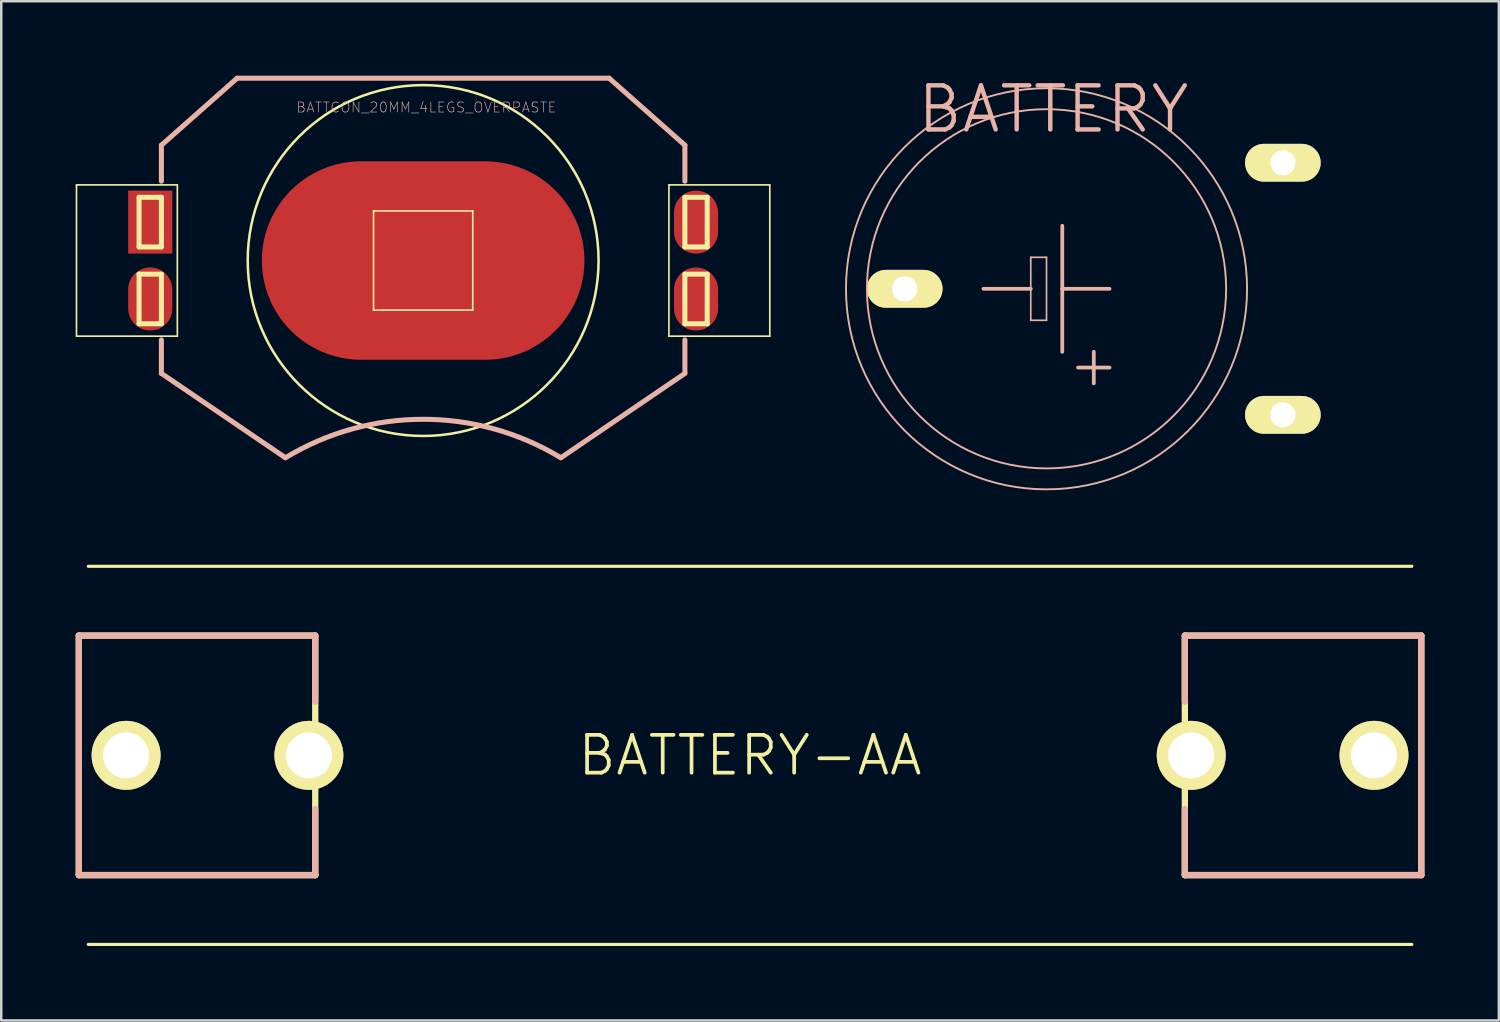
<source format=kicad_pcb>
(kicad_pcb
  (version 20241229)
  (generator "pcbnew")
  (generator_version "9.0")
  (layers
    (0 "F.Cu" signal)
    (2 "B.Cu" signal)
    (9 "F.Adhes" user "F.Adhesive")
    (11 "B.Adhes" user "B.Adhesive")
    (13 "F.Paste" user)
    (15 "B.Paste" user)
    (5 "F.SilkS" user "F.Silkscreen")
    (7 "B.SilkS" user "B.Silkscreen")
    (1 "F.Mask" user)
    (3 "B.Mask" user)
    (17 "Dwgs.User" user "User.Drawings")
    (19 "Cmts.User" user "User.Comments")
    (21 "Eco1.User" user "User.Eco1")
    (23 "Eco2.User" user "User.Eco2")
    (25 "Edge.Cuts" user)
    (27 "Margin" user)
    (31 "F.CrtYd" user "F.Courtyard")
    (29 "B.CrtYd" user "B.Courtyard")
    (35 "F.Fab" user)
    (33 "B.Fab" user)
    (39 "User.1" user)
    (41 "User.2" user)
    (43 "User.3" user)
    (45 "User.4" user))
  (footprint "BATTERY-AA"
    (layer "F.Cu")
    (at 27.178 27.392)
    (property "Reference" "BATTERY-AA" (at 0 0 0) (layer "F.SilkS") (effects (font (size 1.524 1.524) (thickness 0.15))))
    (attr exclude_from_pos_files exclude_from_bom)
    (fp_line (start -27.051 -4.826) (end -17.523 -4.826) (stroke (width 0.254) (type solid)) (layer "F.SilkS"))
    (fp_line (start -27.051 4.826) (end -27.051 -4.826) (stroke (width 0.254) (type solid)) (layer "F.SilkS"))
    (fp_line (start -26.67 -7.62) (end 26.67 -7.62) (stroke (width 0.127) (type solid)) (layer "F.SilkS"))
    (fp_line (start -17.523 -4.826) (end -17.523 4.826) (stroke (width 0.254) (type solid)) (layer "F.SilkS"))
    (fp_line (start -17.523 4.826) (end -27.051 4.826) (stroke (width 0.254) (type solid)) (layer "F.SilkS"))
    (fp_line (start 17.523 -4.826) (end 27.051 -4.826) (stroke (width 0.254) (type solid)) (layer "F.SilkS"))
    (fp_line (start 17.523 4.826) (end 17.523 -4.826) (stroke (width 0.254) (type solid)) (layer "F.SilkS"))
    (fp_line (start 26.67 7.62) (end -26.67 7.62) (stroke (width 0.127) (type solid)) (layer "F.SilkS"))
    (fp_line (start 27.051 -4.826) (end 27.051 4.826) (stroke (width 0.254) (type solid)) (layer "F.SilkS"))
    (fp_line (start 27.051 4.826) (end 17.523 4.826) (stroke (width 0.254) (type solid)) (layer "F.SilkS"))
    (fp_line (start -27.051 -4.826) (end -17.523 -4.826) (stroke (width 0.254) (type solid)) (layer "B.SilkS"))
    (fp_line (start -27.051 4.826) (end -27.051 -4.826) (stroke (width 0.254) (type solid)) (layer "B.SilkS"))
    (fp_line (start -17.523 -4.826) (end -17.523 -2.159) (stroke (width 0.254) (type solid)) (layer "B.SilkS"))
    (fp_line (start -17.523 2.159) (end -17.523 4.826) (stroke (width 0.254) (type solid)) (layer "B.SilkS"))
    (fp_line (start -17.523 4.826) (end -27.051 4.826) (stroke (width 0.254) (type solid)) (layer "B.SilkS"))
    (fp_line (start 17.523 -4.826) (end 17.523 -2.159) (stroke (width 0.254) (type solid)) (layer "B.SilkS"))
    (fp_line (start 17.523 2.159) (end 17.523 4.826) (stroke (width 0.254) (type solid)) (layer "B.SilkS"))
    (fp_line (start 17.523 4.826) (end 27.051 4.826) (stroke (width 0.254) (type solid)) (layer "B.SilkS"))
    (fp_line (start 27.051 -4.826) (end 17.523 -4.826) (stroke (width 0.254) (type solid)) (layer "B.SilkS"))
    (fp_line (start 27.051 4.826) (end 27.051 -4.826) (stroke (width 0.254) (type solid)) (layer "B.SilkS"))
    (pad "GND@" thru_hole circle (at 17.78 0) (size 2.781 2.781) (drill 1.854) (layers "*.Cu" "F.Mask" "F.SilkS" "F.Paste"))
    (pad "GND@" thru_hole circle (at 25.146 0) (size 2.781 2.781) (drill 1.854) (layers "*.Cu" "F.Mask" "F.SilkS" "F.Paste"))
    (pad "PWR@" thru_hole circle (at -25.146 0) (size 2.781 2.781) (drill 1.854) (layers "*.Cu" "F.Mask" "F.SilkS" "F.Paste"))
    (pad "PWR@" thru_hole circle (at -17.78 0) (size 2.781 2.781) (drill 1.854) (layers "*.Cu" "F.Mask" "F.SilkS" "F.Paste")))
  (footprint "BATTERY"
    (layer "F.Cu")
    (at 39.126 8.589)
    (property "Reference" "BATTERY" (at 0.279 -7.236 0) (layer "B.SilkS") (effects (font (size 1.778 1.778) (thickness 0.178))))
    (attr exclude_from_pos_files exclude_from_bom)
    (fp_line (start -2.54 0) (end -0.635 0) (stroke (width 0.152) (type solid)) (layer "B.SilkS"))
    (fp_line (start -0.635 -1.27) (end 0 -1.27) (stroke (width 0.066) (type solid)) (layer "B.SilkS"))
    (fp_line (start -0.635 1.27) (end -0.635 -1.27) (stroke (width 0.066) (type solid)) (layer "B.SilkS"))
    (fp_line (start -0.635 1.27) (end 0 1.27) (stroke (width 0.066) (type solid)) (layer "B.SilkS"))
    (fp_line (start 0 1.27) (end 0 -1.27) (stroke (width 0.066) (type solid)) (layer "B.SilkS"))
    (fp_line (start 0.635 -2.54) (end 0.635 0) (stroke (width 0.152) (type solid)) (layer "B.SilkS"))
    (fp_line (start 0.635 0) (end 0.635 2.54) (stroke (width 0.152) (type solid)) (layer "B.SilkS"))
    (fp_line (start 0.635 0) (end 2.54 0) (stroke (width 0.152) (type solid)) (layer "B.SilkS"))
    (fp_line (start 1.27 3.175) (end 2.54 3.175) (stroke (width 0.152) (type solid)) (layer "B.SilkS"))
    (fp_line (start 1.905 2.54) (end 1.905 3.81) (stroke (width 0.152) (type solid)) (layer "B.SilkS"))
    (fp_circle (center 0 0) (end -5.715 5.715) (stroke (width 0.076) (type solid)) (fill no) (layer "B.SilkS"))
    (fp_circle (center 0 0) (end -5.118 5.118) (stroke (width 0.076) (type solid)) (fill no) (layer "B.SilkS"))
    (pad "+" thru_hole oval (at 9.525 5.08 90) (size 1.524 3.048) (drill 1.016) (layers "*.Cu" "F.Mask" "F.SilkS" "F.Paste"))
    (pad "+@1" thru_hole oval (at 9.525 -5.08 90) (size 1.524 3.048) (drill 1.016) (layers "*.Cu" "F.Mask" "F.SilkS" "F.Paste"))
    (pad "-" thru_hole oval (at -5.715 0 90) (size 1.524 3.048) (drill 1.016) (layers "*.Cu" "F.Mask" "F.SilkS" "F.Paste")))
  (footprint "BATTCON_20MM_4LEGS_OVERPASTE"
    (layer "F.Cu")
    (at 14.003 7.45)
    (property "Reference" "BATTCON_20MM_4LEGS_OVERPASTE" (at 0.127 -6.172 0) (layer "B.SilkS") (effects (font (size 0.406 0.406) (thickness 0.025))))
    (attr smd)
    (fp_line (start -13.97 -3.048) (end -9.906 -3.048) (stroke (width 0.066) (type solid)) (layer "F.SilkS"))
    (fp_line (start -13.97 3.048) (end -13.97 -3.048) (stroke (width 0.066) (type solid)) (layer "F.SilkS"))
    (fp_line (start -13.97 3.048) (end -9.906 3.048) (stroke (width 0.066) (type solid)) (layer "F.SilkS"))
    (fp_line (start -11.448 -2.548) (end -10.549 -2.548) (stroke (width 0.203) (type solid)) (layer "F.SilkS"))
    (fp_line (start -11.448 -0.549) (end -11.448 -2.548) (stroke (width 0.203) (type solid)) (layer "F.SilkS"))
    (fp_line (start -11.448 0.549) (end -10.549 0.549) (stroke (width 0.203) (type solid)) (layer "F.SilkS"))
    (fp_line (start -11.448 2.548) (end -11.448 0.549) (stroke (width 0.203) (type solid)) (layer "F.SilkS"))
    (fp_line (start -10.549 -2.548) (end -10.549 -0.549) (stroke (width 0.203) (type solid)) (layer "F.SilkS"))
    (fp_line (start -10.549 -0.549) (end -11.448 -0.549) (stroke (width 0.203) (type solid)) (layer "F.SilkS"))
    (fp_line (start -10.549 0.549) (end -10.549 2.548) (stroke (width 0.203) (type solid)) (layer "F.SilkS"))
    (fp_line (start -10.549 2.548) (end -11.448 2.548) (stroke (width 0.203) (type solid)) (layer "F.SilkS"))
    (fp_line (start -9.906 3.048) (end -9.906 -3.048) (stroke (width 0.066) (type solid)) (layer "F.SilkS"))
    (fp_line (start -1.999 -1.999) (end 1.999 -1.999) (stroke (width 0.066) (type solid)) (layer "F.SilkS"))
    (fp_line (start -1.999 1.999) (end -1.999 -1.999) (stroke (width 0.066) (type solid)) (layer "F.SilkS"))
    (fp_line (start -1.999 1.999) (end 1.999 1.999) (stroke (width 0.066) (type solid)) (layer "F.SilkS"))
    (fp_line (start 1.999 1.999) (end 1.999 -1.999) (stroke (width 0.066) (type solid)) (layer "F.SilkS"))
    (fp_line (start 9.906 -3.048) (end 13.97 -3.048) (stroke (width 0.066) (type solid)) (layer "F.SilkS"))
    (fp_line (start 9.906 3.048) (end 9.906 -3.048) (stroke (width 0.066) (type solid)) (layer "F.SilkS"))
    (fp_line (start 9.906 3.048) (end 13.97 3.048) (stroke (width 0.066) (type solid)) (layer "F.SilkS"))
    (fp_line (start 10.549 -2.548) (end 10.549 -0.549) (stroke (width 0.203) (type solid)) (layer "F.SilkS"))
    (fp_line (start 10.549 -2.548) (end 11.448 -2.548) (stroke (width 0.203) (type solid)) (layer "F.SilkS"))
    (fp_line (start 10.549 0.549) (end 10.549 2.548) (stroke (width 0.203) (type solid)) (layer "F.SilkS"))
    (fp_line (start 10.549 0.549) (end 11.448 0.549) (stroke (width 0.203) (type solid)) (layer "F.SilkS"))
    (fp_line (start 11.448 -2.548) (end 11.448 -0.549) (stroke (width 0.203) (type solid)) (layer "F.SilkS"))
    (fp_line (start 11.448 -0.549) (end 10.549 -0.549) (stroke (width 0.203) (type solid)) (layer "F.SilkS"))
    (fp_line (start 11.448 0.549) (end 11.448 2.548) (stroke (width 0.203) (type solid)) (layer "F.SilkS"))
    (fp_line (start 11.448 2.548) (end 10.549 2.548) (stroke (width 0.203) (type solid)) (layer "F.SilkS"))
    (fp_line (start 13.97 3.048) (end 13.97 -3.048) (stroke (width 0.066) (type solid)) (layer "F.SilkS"))
    (fp_circle (center 0 0) (end -4.999 4.999) (stroke (width 0.102) (type solid)) (fill no) (layer "F.SilkS"))
    (fp_line (start -10.549 -3.198) (end -10.549 -4.648) (stroke (width 0.203) (type solid)) (layer "B.SilkS"))
    (fp_line (start -10.549 4.549) (end -10.549 3.198) (stroke (width 0.203) (type solid)) (layer "B.SilkS"))
    (fp_line (start -7.498 -7.348) (end -10.549 -4.648) (stroke (width 0.203) (type solid)) (layer "B.SilkS"))
    (fp_line (start -7.498 -7.348) (end 7.498 -7.348) (stroke (width 0.203) (type solid)) (layer "B.SilkS"))
    (fp_line (start -5.55 7.948) (end -10.549 4.549) (stroke (width 0.203) (type solid)) (layer "B.SilkS"))
    (fp_line (start 7.498 -7.348) (end 10.549 -4.648) (stroke (width 0.203) (type solid)) (layer "B.SilkS"))
    (fp_line (start 10.549 -4.648) (end 10.549 -3.198) (stroke (width 0.203) (type solid)) (layer "B.SilkS"))
    (fp_line (start 10.549 4.549) (end 5.55 7.948) (stroke (width 0.203) (type solid)) (layer "B.SilkS"))
    (fp_line (start 10.549 4.549) (end 10.549 3.198) (stroke (width 0.203) (type solid)) (layer "B.SilkS"))
    (fp_arc (start -5.5499 7.94766) (mid -0.001137 6.397783) (end 5.547956 7.946482) (stroke (width 0.2032) (type solid)) (layer "B.SilkS"))
    (pad "1" smd rect (at -10.998 -1.549 90) (size 2.54 1.778) (layers "F.Cu" "F.Mask" "F.Paste"))
    (pad "2" smd oval (at 0 0) (size 13 7.998) (layers "F.Cu" "F.Mask" "F.Paste"))
    (pad "3" smd oval (at 10.998 -1.549 90) (size 2.54 1.778) (layers "F.Cu" "F.Mask" "F.Paste"))
    (pad "P$1" smd oval (at -10.998 1.549 90) (size 2.54 1.778) (layers "F.Cu" "F.Mask" "F.Paste"))
    (pad "P$2" smd oval (at 10.998 1.549 90) (size 2.54 1.778) (layers "F.Cu" "F.Mask" "F.Paste")))
  (gr_rect
    (start -3 -3)
    (end 57.356 38.076)
    (stroke (width 0.1) (type default))
    (fill no)
    (layer "Edge.Cuts")))
</source>
